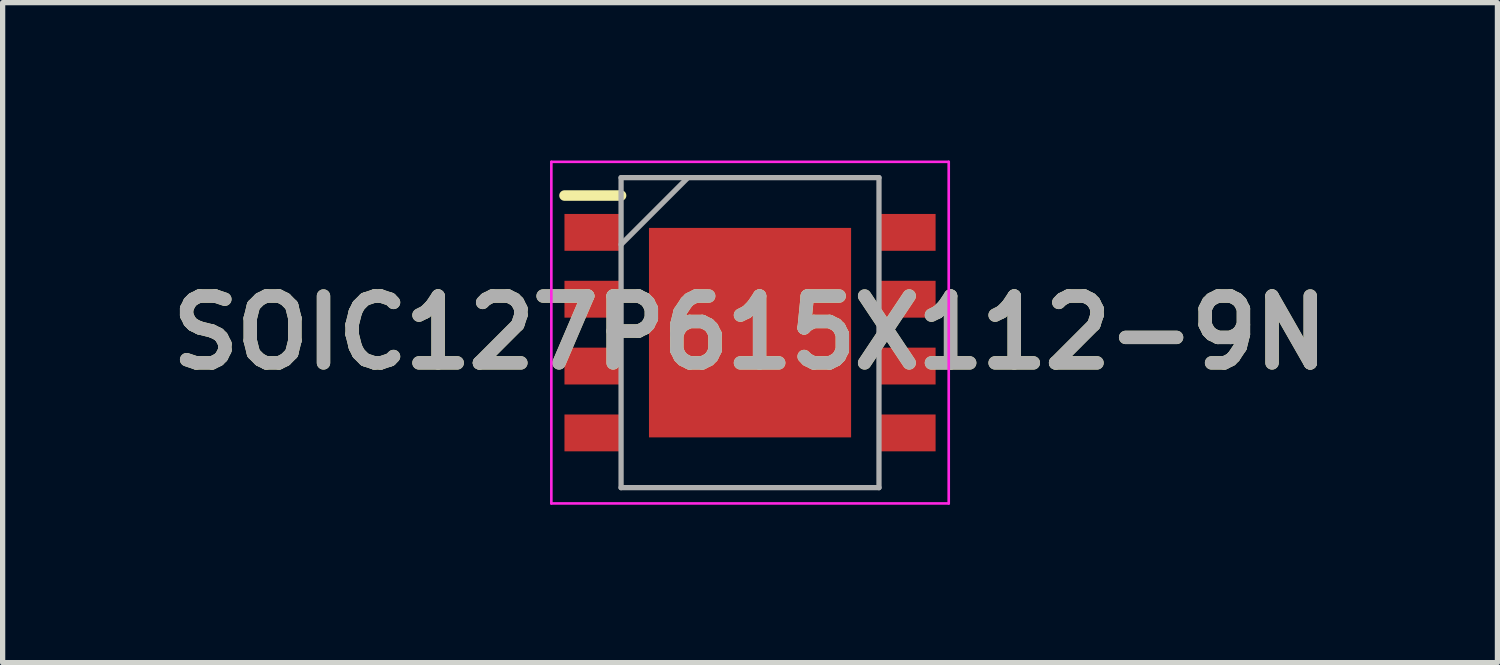
<source format=kicad_pcb>
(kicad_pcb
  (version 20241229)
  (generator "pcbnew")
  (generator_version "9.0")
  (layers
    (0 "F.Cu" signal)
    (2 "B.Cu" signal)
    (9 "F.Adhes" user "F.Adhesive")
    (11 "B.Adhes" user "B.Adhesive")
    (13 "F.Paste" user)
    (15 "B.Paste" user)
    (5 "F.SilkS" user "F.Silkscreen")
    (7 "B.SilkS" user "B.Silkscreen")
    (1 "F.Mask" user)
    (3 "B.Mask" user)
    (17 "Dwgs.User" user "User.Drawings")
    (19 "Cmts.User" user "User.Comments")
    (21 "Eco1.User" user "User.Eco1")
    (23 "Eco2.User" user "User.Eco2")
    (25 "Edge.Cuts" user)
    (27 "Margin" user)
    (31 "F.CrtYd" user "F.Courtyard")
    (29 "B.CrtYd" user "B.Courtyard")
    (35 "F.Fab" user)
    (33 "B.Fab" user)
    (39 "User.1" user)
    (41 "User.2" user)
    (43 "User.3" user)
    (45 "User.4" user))
  (footprint "SOIC127P615X112-9N"
    (layer "F.Cu")
    (at 11.2 3.27)
    (property "Reference" "SOIC127P615X112-9N" (at 0 0 0) (layer "F.SilkS") (effects (font (size 1.27 1.27) (thickness 0.254))))
    (attr smd)
    (fp_line (start -3.525 -2.605) (end -2.45 -2.605) (stroke (width 0.2) (type solid)) (layer "F.SilkS"))
    (fp_line (start -3.775 -3.245) (end 3.775 -3.245) (stroke (width 0.05) (type solid)) (layer "F.CrtYd"))
    (fp_line (start -3.775 3.245) (end -3.775 -3.245) (stroke (width 0.05) (type solid)) (layer "F.CrtYd"))
    (fp_line (start 3.775 -3.245) (end 3.775 3.245) (stroke (width 0.05) (type solid)) (layer "F.CrtYd"))
    (fp_line (start 3.775 3.245) (end -3.775 3.245) (stroke (width 0.05) (type solid)) (layer "F.CrtYd"))
    (fp_line (start -2.45 -2.945) (end 2.45 -2.945) (stroke (width 0.1) (type solid)) (layer "F.Fab"))
    (fp_line (start -2.45 -1.675) (end -1.18 -2.945) (stroke (width 0.1) (type solid)) (layer "F.Fab"))
    (fp_line (start -2.45 2.945) (end -2.45 -2.945) (stroke (width 0.1) (type solid)) (layer "F.Fab"))
    (fp_line (start 2.45 -2.945) (end 2.45 2.945) (stroke (width 0.1) (type solid)) (layer "F.Fab"))
    (fp_line (start 2.45 2.945) (end -2.45 2.945) (stroke (width 0.1) (type solid)) (layer "F.Fab"))
    (fp_text user "${REFERENCE}" (at 0 0 0) (layer "F.Fab") (effects (font (size 1.27 1.27) (thickness 0.254))))
    (pad "1" smd rect (at -2.988 -1.905 90) (size 0.7 1.075) (layers "F.Cu" "F.Mask" "F.Paste"))
    (pad "2" smd rect (at -2.988 -0.635 90) (size 0.7 1.075) (layers "F.Cu" "F.Mask" "F.Paste"))
    (pad "3" smd rect (at -2.988 0.635 90) (size 0.7 1.075) (layers "F.Cu" "F.Mask" "F.Paste"))
    (pad "4" smd rect (at -2.988 1.905 90) (size 0.7 1.075) (layers "F.Cu" "F.Mask" "F.Paste"))
    (pad "5" smd rect (at 2.988 1.905 90) (size 0.7 1.075) (layers "F.Cu" "F.Mask" "F.Paste"))
    (pad "6" smd rect (at 2.988 0.635 90) (size 0.7 1.075) (layers "F.Cu" "F.Mask" "F.Paste"))
    (pad "7" smd rect (at 2.988 -0.635 90) (size 0.7 1.075) (layers "F.Cu" "F.Mask" "F.Paste"))
    (pad "8" smd rect (at 2.988 -1.905 90) (size 0.7 1.075) (layers "F.Cu" "F.Mask" "F.Paste"))
    (pad "9" smd rect (at 0 0) (size 3.84 3.98) (layers "F.Cu" "F.Mask" "F.Paste")))
  (gr_rect
    (start -3 -3)
    (end 25.4 9.54)
    (stroke (width 0.1) (type default))
    (fill no)
    (layer "Edge.Cuts")))
</source>
